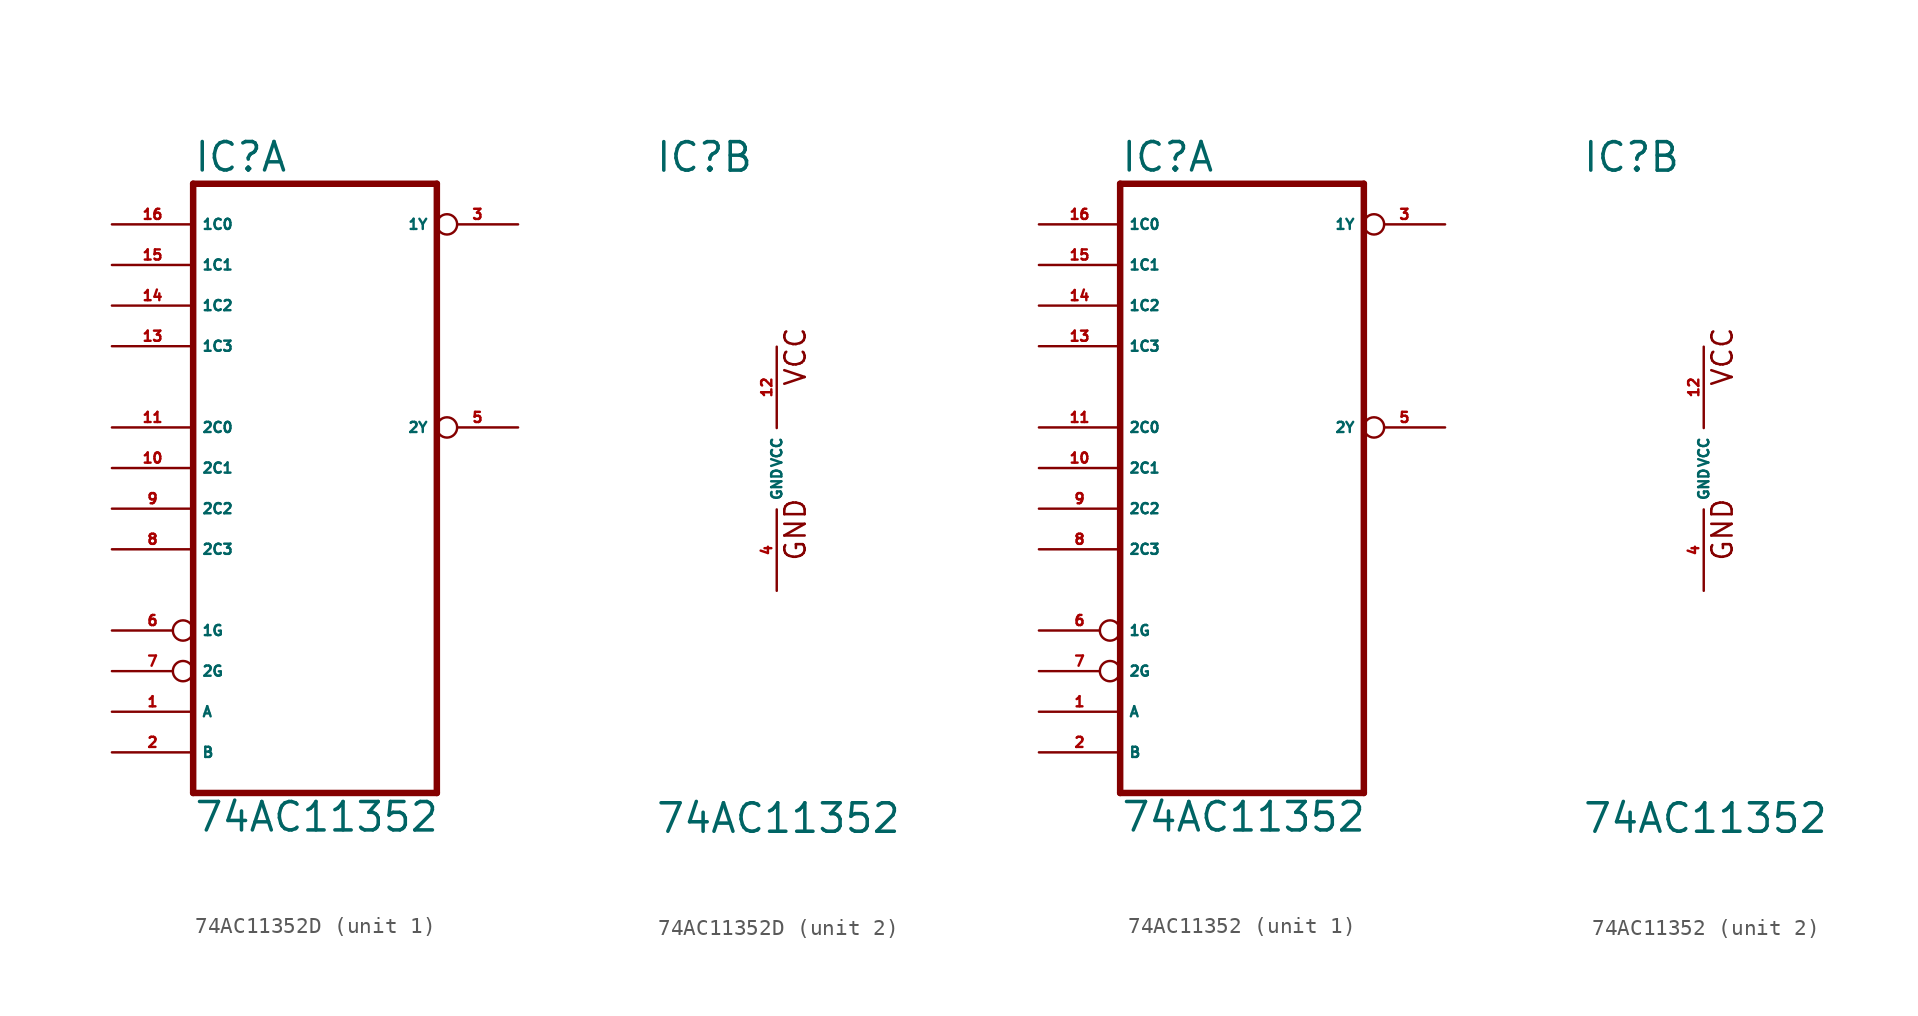
<source format=kicad_sym>
(kicad_symbol_lib
  (version 20220914)
  (generator Eagle2Kicad)
  (symbol "74AC11352D"
    (property "Reference" "IC"
      (at -7.62 18.415 0)
      (effects (font (size 1.778 1.778) (thickness 0.22)) (justify left bottom)))
    (property "Value" "74AC11352"
      (at -7.62 -22.86 0)
      (effects (font (size 1.778 1.778) (thickness 0.22)) (justify left bottom)))
    (symbol "74AC11352D_1_0"
      (polyline (pts (xy -7.62 -20.32) (xy 7.62 -20.32)) (stroke (width 0.406) (type default)) (fill (type none)))
      (polyline (pts (xy 7.62 -20.32) (xy 7.62 17.78)) (stroke (width 0.406) (type default)) (fill (type none)))
      (polyline (pts (xy 7.62 17.78) (xy -7.62 17.78)) (stroke (width 0.406) (type default)) (fill (type none)))
      (polyline (pts (xy -7.62 17.78) (xy -7.62 -20.32)) (stroke (width 0.406) (type default)) (fill (type none)))
      (pin input line (at -12.7 -15.24 0) (length 5.08) (name "A" (effects (font (size 0.635 0.635) (thickness 0.08)) (justify left bottom))) (number "1" (effects (font (size 0.635 0.635) (thickness 0.08)) (justify left bottom))))
      (pin input line (at -12.7 -17.78 0) (length 5.08) (name "B" (effects (font (size 0.635 0.635) (thickness 0.08)) (justify left bottom))) (number "2" (effects (font (size 0.635 0.635) (thickness 0.08)) (justify left bottom))))
      (pin output inverted (at 12.7 15.24 180) (length 5.08) (name "1Y" (effects (font (size 0.635 0.635) (thickness 0.08)) (justify left bottom))) (number "3" (effects (font (size 0.635 0.635) (thickness 0.08)) (justify left bottom))))
      (pin output inverted (at 12.7 2.54 180) (length 5.08) (name "2Y" (effects (font (size 0.635 0.635) (thickness 0.08)) (justify left bottom))) (number "5" (effects (font (size 0.635 0.635) (thickness 0.08)) (justify left bottom))))
      (pin input inverted (at -12.7 -10.16 0) (length 5.08) (name "1G" (effects (font (size 0.635 0.635) (thickness 0.08)) (justify left bottom))) (number "6" (effects (font (size 0.635 0.635) (thickness 0.08)) (justify left bottom))))
      (pin input inverted (at -12.7 -12.7 0) (length 5.08) (name "2G" (effects (font (size 0.635 0.635) (thickness 0.08)) (justify left bottom))) (number "7" (effects (font (size 0.635 0.635) (thickness 0.08)) (justify left bottom))))
      (pin input line (at -12.7 -5.08 0) (length 5.08) (name "2C3" (effects (font (size 0.635 0.635) (thickness 0.08)) (justify left bottom))) (number "8" (effects (font (size 0.635 0.635) (thickness 0.08)) (justify left bottom))))
      (pin input line (at -12.7 -2.54 0) (length 5.08) (name "2C2" (effects (font (size 0.635 0.635) (thickness 0.08)) (justify left bottom))) (number "9" (effects (font (size 0.635 0.635) (thickness 0.08)) (justify left bottom))))
      (pin input line (at -12.7 0 0) (length 5.08) (name "2C1" (effects (font (size 0.635 0.635) (thickness 0.08)) (justify left bottom))) (number "10" (effects (font (size 0.635 0.635) (thickness 0.08)) (justify left bottom))))
      (pin input line (at -12.7 2.54 0) (length 5.08) (name "2C0" (effects (font (size 0.635 0.635) (thickness 0.08)) (justify left bottom))) (number "11" (effects (font (size 0.635 0.635) (thickness 0.08)) (justify left bottom))))
      (pin input line (at -12.7 7.62 0) (length 5.08) (name "1C3" (effects (font (size 0.635 0.635) (thickness 0.08)) (justify left bottom))) (number "13" (effects (font (size 0.635 0.635) (thickness 0.08)) (justify left bottom))))
      (pin input line (at -12.7 10.16 0) (length 5.08) (name "1C2" (effects (font (size 0.635 0.635) (thickness 0.08)) (justify left bottom))) (number "14" (effects (font (size 0.635 0.635) (thickness 0.08)) (justify left bottom))))
      (pin input line (at -12.7 12.7 0) (length 5.08) (name "1C1" (effects (font (size 0.635 0.635) (thickness 0.08)) (justify left bottom))) (number "15" (effects (font (size 0.635 0.635) (thickness 0.08)) (justify left bottom))))
      (pin input line (at -12.7 15.24 0) (length 5.08) (name "1C0" (effects (font (size 0.635 0.635) (thickness 0.08)) (justify left bottom))) (number "16" (effects (font (size 0.635 0.635) (thickness 0.08)) (justify left bottom)))))
    (symbol "74AC11352D_2_0"
      (text "GND" (at 1.905 -5.842 900) (effects (font (size 1.27 1.27) (thickness 0.16)) (justify left bottom)))
      (text "VCC" (at 1.905 5.08 900) (effects (font (size 1.27 1.27) (thickness 0.16)) (justify left bottom)))
      (pin unspecified line (at 0 -7.62 90) (length 5.08) (name "GND" (effects (font (size 0.635 0.635) (thickness 0.08)) (justify left bottom))) (number "4" (effects (font (size 0.635 0.635) (thickness 0.08)) (justify left bottom))))
      (pin unspecified line (at 0 7.62 270) (length 5.08) (name "VCC" (effects (font (size 0.635 0.635) (thickness 0.08)) (justify left bottom))) (number "12" (effects (font (size 0.635 0.635) (thickness 0.08)) (justify left bottom))))))
  (symbol "74AC11352"
    (property "Reference" "IC"
      (at -7.62 18.415 0)
      (effects (font (size 1.778 1.778) (thickness 0.22)) (justify left bottom)))
    (property "Value" "74AC11352"
      (at -7.62 -22.86 0)
      (effects (font (size 1.778 1.778) (thickness 0.22)) (justify left bottom)))
    (symbol "74AC11352_1_0"
      (polyline (pts (xy -7.62 -20.32) (xy 7.62 -20.32)) (stroke (width 0.406) (type default)) (fill (type none)))
      (polyline (pts (xy 7.62 -20.32) (xy 7.62 17.78)) (stroke (width 0.406) (type default)) (fill (type none)))
      (polyline (pts (xy 7.62 17.78) (xy -7.62 17.78)) (stroke (width 0.406) (type default)) (fill (type none)))
      (polyline (pts (xy -7.62 17.78) (xy -7.62 -20.32)) (stroke (width 0.406) (type default)) (fill (type none)))
      (pin input line (at -12.7 -15.24 0) (length 5.08) (name "A" (effects (font (size 0.635 0.635) (thickness 0.08)) (justify left bottom))) (number "1" (effects (font (size 0.635 0.635) (thickness 0.08)) (justify left bottom))))
      (pin input line (at -12.7 -17.78 0) (length 5.08) (name "B" (effects (font (size 0.635 0.635) (thickness 0.08)) (justify left bottom))) (number "2" (effects (font (size 0.635 0.635) (thickness 0.08)) (justify left bottom))))
      (pin output inverted (at 12.7 15.24 180) (length 5.08) (name "1Y" (effects (font (size 0.635 0.635) (thickness 0.08)) (justify left bottom))) (number "3" (effects (font (size 0.635 0.635) (thickness 0.08)) (justify left bottom))))
      (pin output inverted (at 12.7 2.54 180) (length 5.08) (name "2Y" (effects (font (size 0.635 0.635) (thickness 0.08)) (justify left bottom))) (number "5" (effects (font (size 0.635 0.635) (thickness 0.08)) (justify left bottom))))
      (pin input inverted (at -12.7 -10.16 0) (length 5.08) (name "1G" (effects (font (size 0.635 0.635) (thickness 0.08)) (justify left bottom))) (number "6" (effects (font (size 0.635 0.635) (thickness 0.08)) (justify left bottom))))
      (pin input inverted (at -12.7 -12.7 0) (length 5.08) (name "2G" (effects (font (size 0.635 0.635) (thickness 0.08)) (justify left bottom))) (number "7" (effects (font (size 0.635 0.635) (thickness 0.08)) (justify left bottom))))
      (pin input line (at -12.7 -5.08 0) (length 5.08) (name "2C3" (effects (font (size 0.635 0.635) (thickness 0.08)) (justify left bottom))) (number "8" (effects (font (size 0.635 0.635) (thickness 0.08)) (justify left bottom))))
      (pin input line (at -12.7 -2.54 0) (length 5.08) (name "2C2" (effects (font (size 0.635 0.635) (thickness 0.08)) (justify left bottom))) (number "9" (effects (font (size 0.635 0.635) (thickness 0.08)) (justify left bottom))))
      (pin input line (at -12.7 0 0) (length 5.08) (name "2C1" (effects (font (size 0.635 0.635) (thickness 0.08)) (justify left bottom))) (number "10" (effects (font (size 0.635 0.635) (thickness 0.08)) (justify left bottom))))
      (pin input line (at -12.7 2.54 0) (length 5.08) (name "2C0" (effects (font (size 0.635 0.635) (thickness 0.08)) (justify left bottom))) (number "11" (effects (font (size 0.635 0.635) (thickness 0.08)) (justify left bottom))))
      (pin input line (at -12.7 7.62 0) (length 5.08) (name "1C3" (effects (font (size 0.635 0.635) (thickness 0.08)) (justify left bottom))) (number "13" (effects (font (size 0.635 0.635) (thickness 0.08)) (justify left bottom))))
      (pin input line (at -12.7 10.16 0) (length 5.08) (name "1C2" (effects (font (size 0.635 0.635) (thickness 0.08)) (justify left bottom))) (number "14" (effects (font (size 0.635 0.635) (thickness 0.08)) (justify left bottom))))
      (pin input line (at -12.7 12.7 0) (length 5.08) (name "1C1" (effects (font (size 0.635 0.635) (thickness 0.08)) (justify left bottom))) (number "15" (effects (font (size 0.635 0.635) (thickness 0.08)) (justify left bottom))))
      (pin input line (at -12.7 15.24 0) (length 5.08) (name "1C0" (effects (font (size 0.635 0.635) (thickness 0.08)) (justify left bottom))) (number "16" (effects (font (size 0.635 0.635) (thickness 0.08)) (justify left bottom)))))
    (symbol "74AC11352_2_0"
      (text "GND" (at 1.905 -5.842 900) (effects (font (size 1.27 1.27) (thickness 0.16)) (justify left bottom)))
      (text "VCC" (at 1.905 5.08 900) (effects (font (size 1.27 1.27) (thickness 0.16)) (justify left bottom)))
      (pin unspecified line (at 0 -7.62 90) (length 5.08) (name "GND" (effects (font (size 0.635 0.635) (thickness 0.08)) (justify left bottom))) (number "4" (effects (font (size 0.635 0.635) (thickness 0.08)) (justify left bottom))))
      (pin unspecified line (at 0 7.62 270) (length 5.08) (name "VCC" (effects (font (size 0.635 0.635) (thickness 0.08)) (justify left bottom))) (number "12" (effects (font (size 0.635 0.635) (thickness 0.08)) (justify left bottom)))))))
</source>
